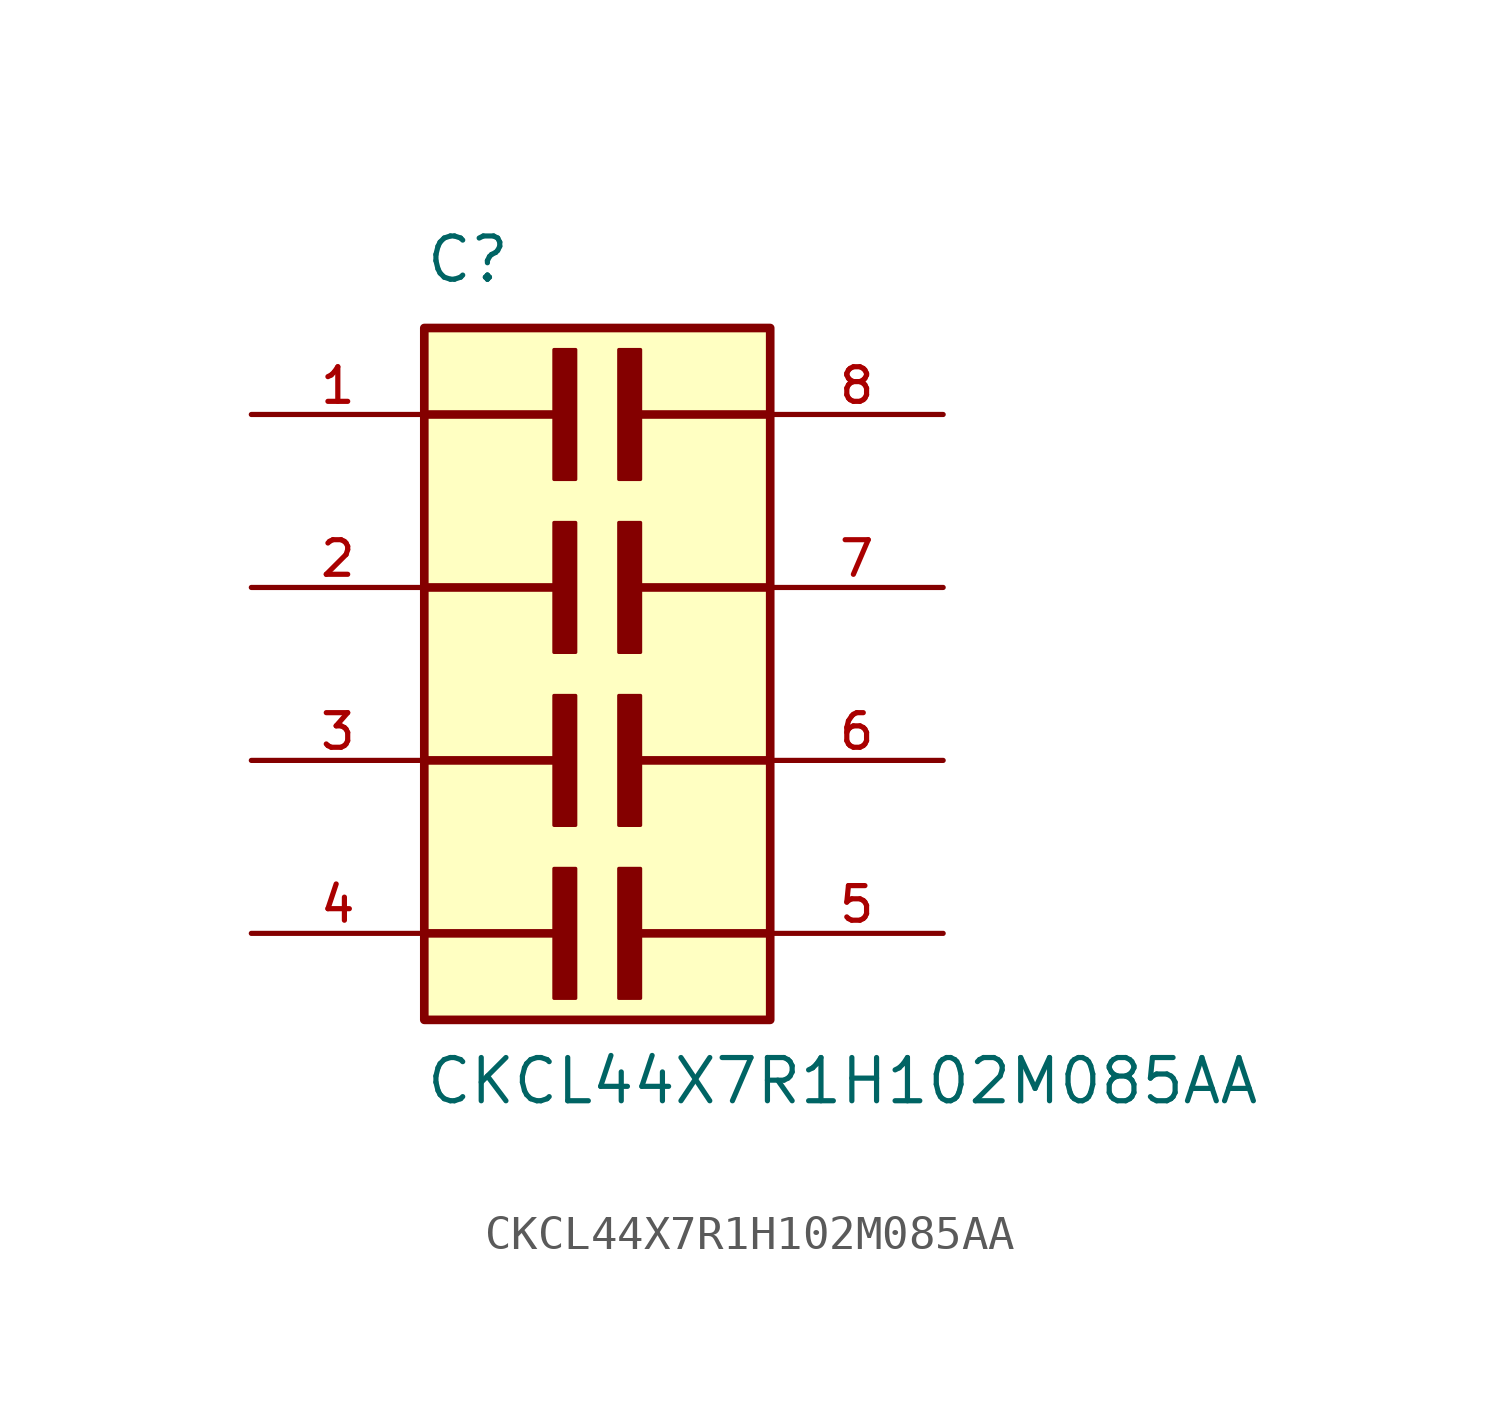
<source format=kicad_sym>
(kicad_symbol_lib
  (version 20211014)
  (generator kicad_symbol_editor)
  (symbol "CKCL44X7R1H102M085AA"
    (pin_names
      (offset 1.016))
    (property "Reference" "C"
      (at -5.08 11.43 0)
      (effects (font (size 1.27 1.27)) (justify bottom left)))
    (property "Value" "CKCL44X7R1H102M085AA"
      (at -5.08 -12.7 0)
      (effects (font (size 1.27 1.27)) (justify bottom left)))
    (symbol "CKCL44X7R1H102M085AA_0_0"
      (rectangle (start -1.27 5.715) (end -0.635 9.525) (stroke (width 0.1)) (fill (type outline)))
      (rectangle (start 0.635 5.715) (end 1.27 9.525) (stroke (width 0.1)) (fill (type outline)))
      (rectangle (start -1.27 0.635) (end -0.635 4.445) (stroke (width 0.1)) (fill (type outline)))
      (rectangle (start 0.635 0.635) (end 1.27 4.445) (stroke (width 0.1)) (fill (type outline)))
      (rectangle (start -1.27 -4.445) (end -0.635 -0.635) (stroke (width 0.1)) (fill (type outline)))
      (rectangle (start 0.635 -4.445) (end 1.27 -0.635) (stroke (width 0.1)) (fill (type outline)))
      (rectangle (start -1.27 -9.525) (end -0.635 -5.715) (stroke (width 0.1)) (fill (type outline)))
      (rectangle (start 0.635 -9.525) (end 1.27 -5.715) (stroke (width 0.1)) (fill (type outline)))
      (polyline (pts (xy -1.27 7.62) (xy -5.08 7.62)) (stroke (width 0.254)))
      (polyline (pts (xy -1.27 2.54) (xy -5.08 2.54)) (stroke (width 0.254)))
      (polyline (pts (xy -1.27 -2.54) (xy -5.08 -2.54)) (stroke (width 0.254)))
      (polyline (pts (xy -1.27 -7.62) (xy -5.08 -7.62)) (stroke (width 0.254)))
      (polyline (pts (xy 1.27 7.62) (xy 5.08 7.62)) (stroke (width 0.254)))
      (polyline (pts (xy 1.27 2.54) (xy 5.08 2.54)) (stroke (width 0.254)))
      (polyline (pts (xy 1.27 -2.54) (xy 5.08 -2.54)) (stroke (width 0.254)))
      (polyline (pts (xy 1.27 -7.62) (xy 5.08 -7.62)) (stroke (width 0.254)))
      (rectangle (start -5.08 -10.16) (end 5.08 10.16) (stroke (width 0.254)) (fill (type background)))
      (pin passive line (at 10.16 7.62 180.0) (length 5.08) (name "~" (effects (font (size 1.016 1.016)))) (number "8" (effects (font (size 1.016 1.016)))))
      (pin passive line (at -10.16 7.62 0) (length 5.08) (name "~" (effects (font (size 1.016 1.016)))) (number "1" (effects (font (size 1.016 1.016)))))
      (pin passive line (at 10.16 2.54 180.0) (length 5.08) (name "~" (effects (font (size 1.016 1.016)))) (number "7" (effects (font (size 1.016 1.016)))))
      (pin passive line (at -10.16 2.54 0) (length 5.08) (name "~" (effects (font (size 1.016 1.016)))) (number "2" (effects (font (size 1.016 1.016)))))
      (pin passive line (at 10.16 -2.54 180.0) (length 5.08) (name "~" (effects (font (size 1.016 1.016)))) (number "6" (effects (font (size 1.016 1.016)))))
      (pin passive line (at -10.16 -2.54 0) (length 5.08) (name "~" (effects (font (size 1.016 1.016)))) (number "3" (effects (font (size 1.016 1.016)))))
      (pin passive line (at 10.16 -7.62 180.0) (length 5.08) (name "~" (effects (font (size 1.016 1.016)))) (number "5" (effects (font (size 1.016 1.016)))))
      (pin passive line (at -10.16 -7.62 0) (length 5.08) (name "~" (effects (font (size 1.016 1.016)))) (number "4" (effects (font (size 1.016 1.016))))))))
</source>
